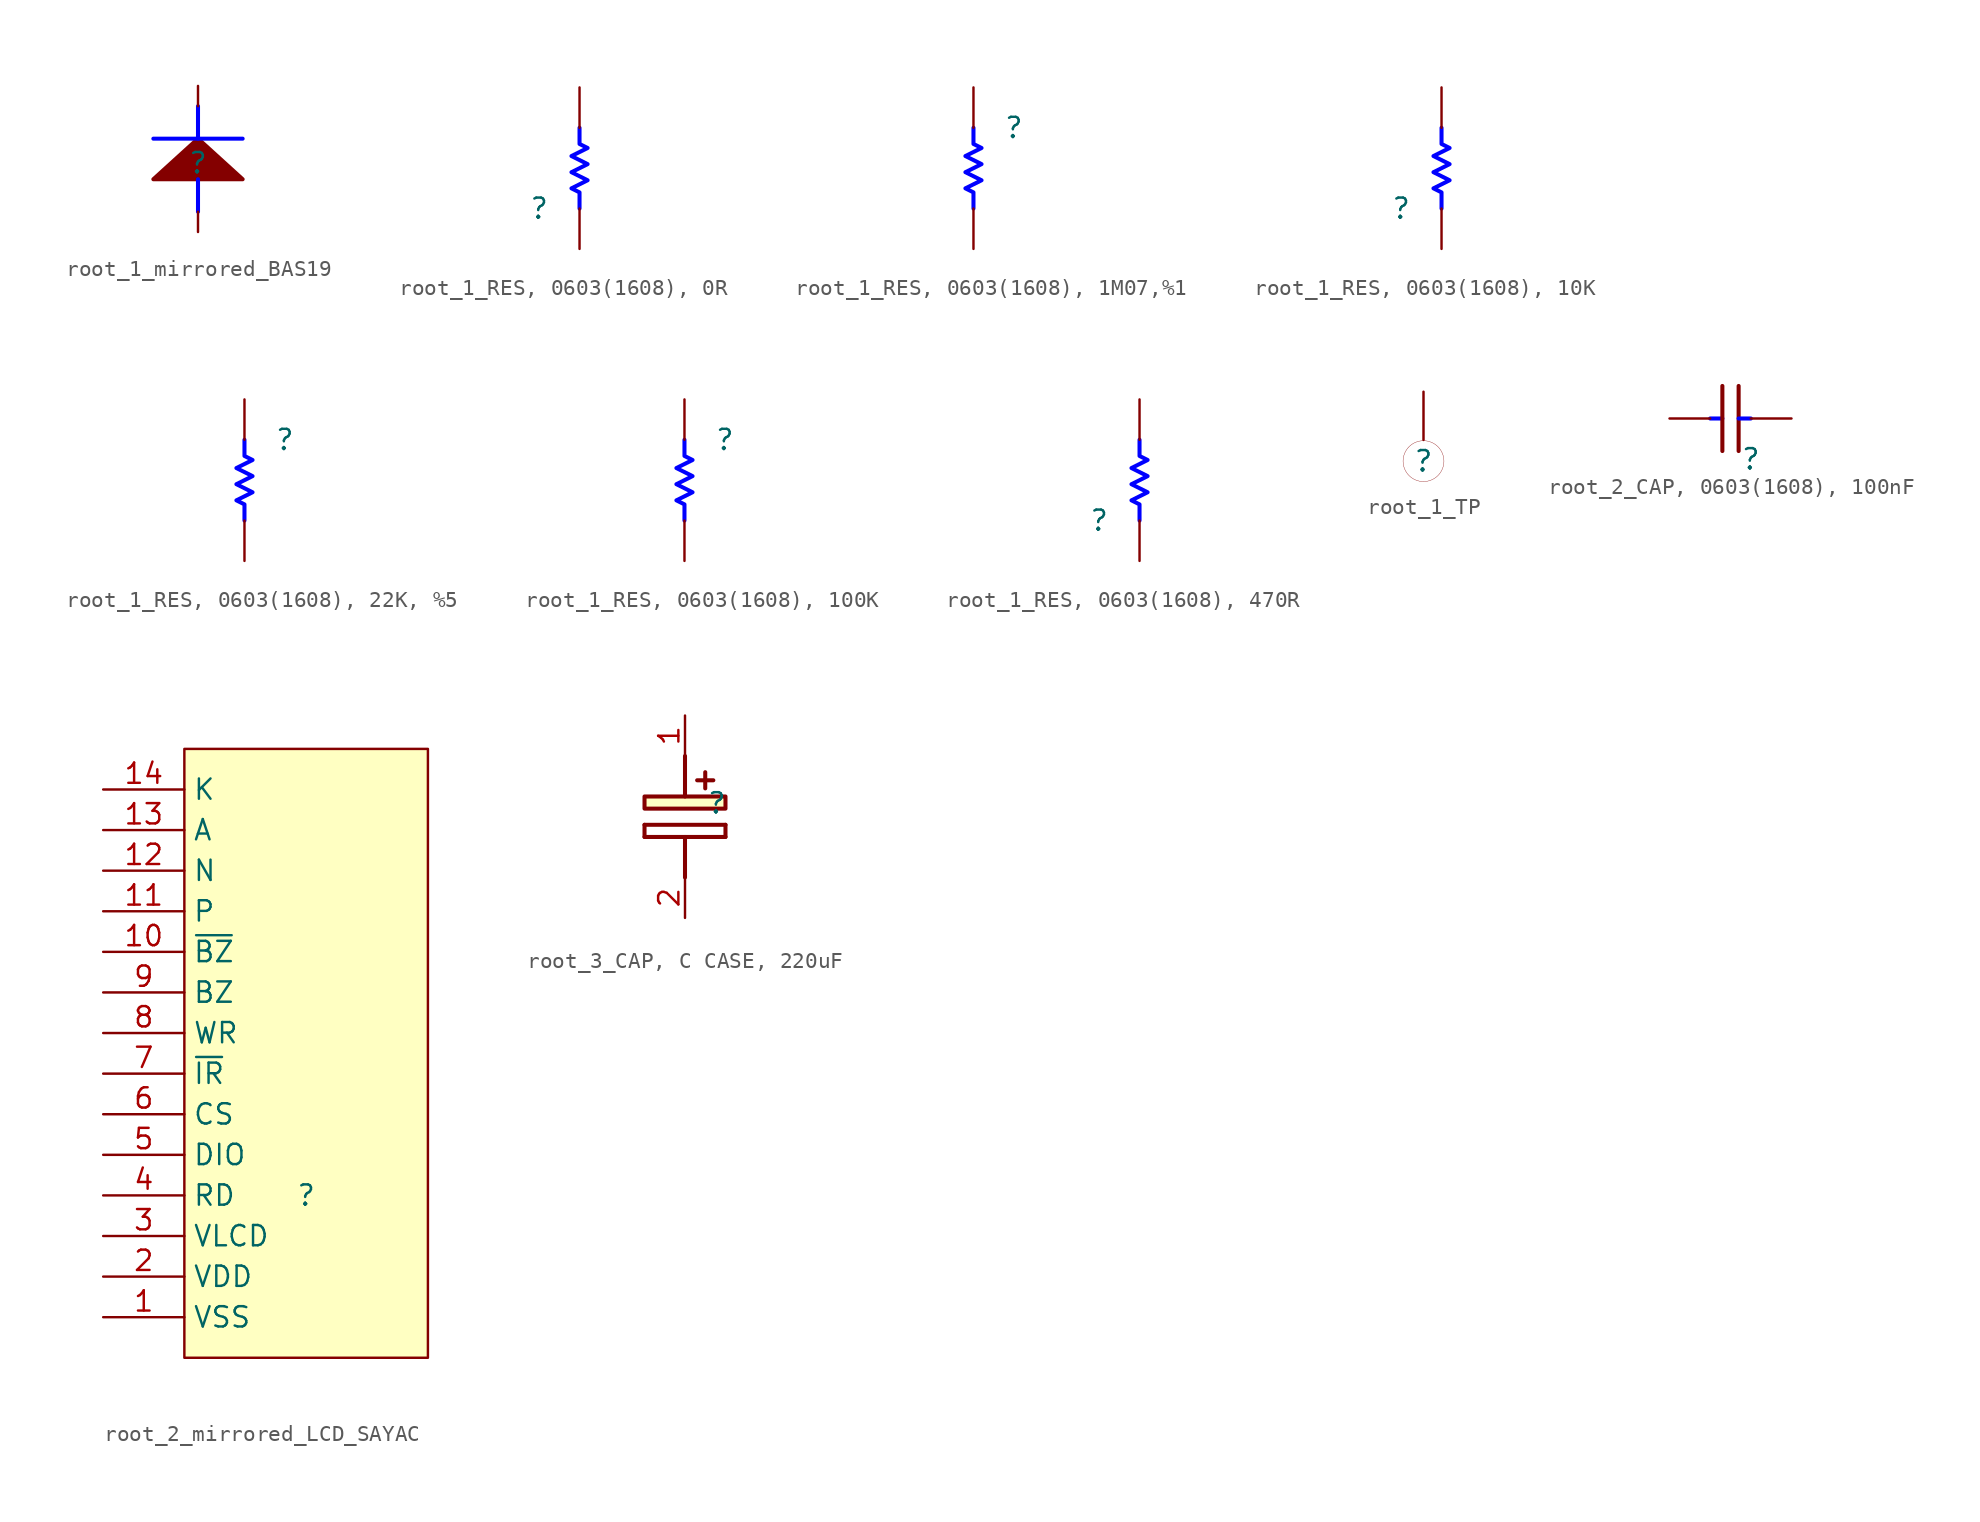
<source format=kicad_sym>
(kicad_symbol_lib
  (version 20220914)
  (generator kicad_symbol_editor)
  (symbol "root_1_mirrored_BAS19"
    (property "Reference" ""
      (at 0 0 0)
      (effects (font (size 1.27 1.27))))
    (property "Value" ""
      (at 0 0 0)
      (effects (font (size 1.27 1.27))))
    (symbol "root_1_mirrored_BAS19_1_0"
      (polyline (pts (xy 0 -1.016) (xy 0 -3.048)) (stroke (width 0.254) (type solid) (color 0 0 255 1)) (fill (type none)))
      (polyline (pts (xy 0 3.556) (xy 0 1.524)) (stroke (width 0.254) (type solid) (color 0 0 255 1)) (fill (type none)))
      (polyline (pts (xy 2.794 1.524) (xy -2.794 1.524)) (stroke (width 0.254) (type solid) (color 0 0 255 1)) (fill (type none)))
      (polyline (pts (xy -2.794 -1.016) (xy 0 1.524) (xy 2.794 -1.016) (xy -2.794 -1.016)) (stroke (width 0.254) (type solid)) (fill (type outline)))
      (pin passive line (at 0 4.826 270) (length 1.27) (name "1" (effects (font (size 0 0)))) (number "1" (effects (font (size 0 0)))))
      (pin passive line (at 0 -4.318 90) (length 1.27) (name "3" (effects (font (size 0 0)))) (number "3" (effects (font (size 0 0)))))))
  (symbol "root_1_RES, 0603(1608), 0R"
    (property "Reference" ""
      (at 0 0 0)
      (effects (font (size 1.27 1.27))))
    (property "Value" ""
      (at 0 0 0)
      (effects (font (size 1.27 1.27))))
    (symbol "root_1_RES, 0603(1608), 0R_1_0"
      (polyline (pts (xy 2.54 5.08) (xy 2.54 4.064) (xy 3.048 3.81) (xy 2.032 3.302) (xy 3.048 2.794) (xy 2.032 2.286) (xy 3.048 1.778) (xy 2.032 1.27) (xy 2.54 1.016) (xy 2.54 0)) (stroke (width 0.254) (type solid) (color 0 0 255 1)) (fill (type none)))
      (pin passive line (at 2.54 -2.54 90) (length 2.54) (name "1" (effects (font (size 0 0)))) (number "1" (effects (font (size 0 0)))))
      (pin passive line (at 2.54 7.62 270) (length 2.54) (name "2" (effects (font (size 0 0)))) (number "2" (effects (font (size 0 0)))))))
  (symbol "root_1_RES, 0603(1608), 1M07,%1"
    (property "Reference" ""
      (at 0 0 0)
      (effects (font (size 1.27 1.27))))
    (property "Value" ""
      (at 0 0 0)
      (effects (font (size 1.27 1.27))))
    (symbol "root_1_RES, 0603(1608), 1M07,%1_1_0"
      (polyline (pts (xy -2.54 -5.08) (xy -2.54 -4.064) (xy -3.048 -3.81) (xy -2.032 -3.302) (xy -3.048 -2.794) (xy -2.032 -2.286) (xy -3.048 -1.778) (xy -2.032 -1.27) (xy -2.54 -1.016) (xy -2.54 0)) (stroke (width 0.254) (type solid) (color 0 0 255 1)) (fill (type none)))
      (pin passive line (at -2.54 2.54 270) (length 2.54) (name "1" (effects (font (size 0 0)))) (number "1" (effects (font (size 0 0)))))
      (pin passive line (at -2.54 -7.62 90) (length 2.54) (name "2" (effects (font (size 0 0)))) (number "2" (effects (font (size 0 0)))))))
  (symbol "root_1_RES, 0603(1608), 10K"
    (property "Reference" ""
      (at 0 0 0)
      (effects (font (size 1.27 1.27))))
    (property "Value" ""
      (at 0 0 0)
      (effects (font (size 1.27 1.27))))
    (symbol "root_1_RES, 0603(1608), 10K_1_0"
      (polyline (pts (xy 2.54 5.08) (xy 2.54 4.064) (xy 3.048 3.81) (xy 2.032 3.302) (xy 3.048 2.794) (xy 2.032 2.286) (xy 3.048 1.778) (xy 2.032 1.27) (xy 2.54 1.016) (xy 2.54 0)) (stroke (width 0.254) (type solid) (color 0 0 255 1)) (fill (type none)))
      (pin passive line (at 2.54 -2.54 90) (length 2.54) (name "1" (effects (font (size 0 0)))) (number "1" (effects (font (size 0 0)))))
      (pin passive line (at 2.54 7.62 270) (length 2.54) (name "2" (effects (font (size 0 0)))) (number "2" (effects (font (size 0 0)))))))
  (symbol "root_1_RES, 0603(1608), 22K, %5"
    (property "Reference" ""
      (at 0 0 0)
      (effects (font (size 1.27 1.27))))
    (property "Value" ""
      (at 0 0 0)
      (effects (font (size 1.27 1.27))))
    (symbol "root_1_RES, 0603(1608), 22K, %5_1_0"
      (polyline (pts (xy -2.54 -5.08) (xy -2.54 -4.064) (xy -3.048 -3.81) (xy -2.032 -3.302) (xy -3.048 -2.794) (xy -2.032 -2.286) (xy -3.048 -1.778) (xy -2.032 -1.27) (xy -2.54 -1.016) (xy -2.54 0)) (stroke (width 0.254) (type solid) (color 0 0 255 1)) (fill (type none)))
      (pin passive line (at -2.54 2.54 270) (length 2.54) (name "1" (effects (font (size 0 0)))) (number "1" (effects (font (size 0 0)))))
      (pin passive line (at -2.54 -7.62 90) (length 2.54) (name "2" (effects (font (size 0 0)))) (number "2" (effects (font (size 0 0)))))))
  (symbol "root_1_RES, 0603(1608), 100K"
    (property "Reference" ""
      (at 0 0 0)
      (effects (font (size 1.27 1.27))))
    (property "Value" ""
      (at 0 0 0)
      (effects (font (size 1.27 1.27))))
    (symbol "root_1_RES, 0603(1608), 100K_1_0"
      (polyline (pts (xy -2.54 -5.08) (xy -2.54 -4.064) (xy -3.048 -3.81) (xy -2.032 -3.302) (xy -3.048 -2.794) (xy -2.032 -2.286) (xy -3.048 -1.778) (xy -2.032 -1.27) (xy -2.54 -1.016) (xy -2.54 0)) (stroke (width 0.254) (type solid) (color 0 0 255 1)) (fill (type none)))
      (pin passive line (at -2.54 2.54 270) (length 2.54) (name "1" (effects (font (size 0 0)))) (number "1" (effects (font (size 0 0)))))
      (pin passive line (at -2.54 -7.62 90) (length 2.54) (name "2" (effects (font (size 0 0)))) (number "2" (effects (font (size 0 0)))))))
  (symbol "root_1_RES, 0603(1608), 470R"
    (property "Reference" ""
      (at 0 0 0)
      (effects (font (size 1.27 1.27))))
    (property "Value" ""
      (at 0 0 0)
      (effects (font (size 1.27 1.27))))
    (symbol "root_1_RES, 0603(1608), 470R_1_0"
      (polyline (pts (xy 2.54 5.08) (xy 2.54 4.064) (xy 3.048 3.81) (xy 2.032 3.302) (xy 3.048 2.794) (xy 2.032 2.286) (xy 3.048 1.778) (xy 2.032 1.27) (xy 2.54 1.016) (xy 2.54 0)) (stroke (width 0.254) (type solid) (color 0 0 255 1)) (fill (type none)))
      (pin passive line (at 2.54 -2.54 90) (length 2.54) (name "1" (effects (font (size 0 0)))) (number "1" (effects (font (size 0 0)))))
      (pin passive line (at 2.54 7.62 270) (length 2.54) (name "2" (effects (font (size 0 0)))) (number "2" (effects (font (size 0 0)))))))
  (symbol "root_1_TP"
    (property "Reference" ""
      (at 0 0 0)
      (effects (font (size 1.27 1.27))))
    (property "Value" ""
      (at 0 0 0)
      (effects (font (size 1.27 1.27))))
    (symbol "root_1_TP_1_0"
      (circle (center 0 0) (radius 1.27) (stroke (width 0.0001) (type solid)) (fill (type none)))
      (pin power_in line (at 0 4.318 270) (length 3) (name "TP" (effects (font (size 0 0)))) (number "1" (effects (font (size 0 0)))))))
  (symbol "root_2_CAP, 0603(1608), 100nF"
    (property "Reference" ""
      (at 0 0 0)
      (effects (font (size 1.27 1.27))))
    (property "Value" ""
      (at 0 0 0)
      (effects (font (size 1.27 1.27))))
    (symbol "root_2_CAP, 0603(1608), 100nF_1_0"
      (polyline (pts (xy -2.54 2.54) (xy -1.778 2.54)) (stroke (width 0.254) (type solid) (color 0 0 255 1)) (fill (type none)))
      (polyline (pts (xy -1.778 0.508) (xy -1.778 4.572)) (stroke (width 0.254) (type solid)) (fill (type none)))
      (polyline (pts (xy -0.762 4.572) (xy -0.762 0.508)) (stroke (width 0.254) (type solid)) (fill (type none)))
      (polyline (pts (xy 0 2.54) (xy -0.762 2.54)) (stroke (width 0.254) (type solid) (color 0 0 255 1)) (fill (type none)))
      (pin passive line (at 2.54 2.54 180) (length 2.54) (name "1" (effects (font (size 0 0)))) (number "1" (effects (font (size 0 0)))))
      (pin passive line (at -5.08 2.54 0) (length 2.54) (name "2" (effects (font (size 0 0)))) (number "2" (effects (font (size 0 0)))))))
  (symbol "root_2_mirrored_LCD_SAYAC"
    (property "Reference" ""
      (at 12.7 -25.4 0)
      (effects (font (size 1.27 1.27))))
    (property "Value" ""
      (at 12.7 -25.4 0)
      (effects (font (size 1.27 1.27))))
    (symbol "root_2_mirrored_LCD_SAYAC_1_0"
      (rectangle (start 20.32 2.54) (end 5.08 -35.56) (stroke (width 0) (type solid)) (fill (type background)))
      (pin power_in line (at 0 -33.02 0) (length 5.08) (name "VSS" (effects (font (size 1.27 1.27)))) (number "1" (effects (font (size 1.27 1.27)))))
      (pin passive line (at 0 -10.16 0) (length 5.08) (name "~{BZ}" (effects (font (size 1.27 1.27)))) (number "10" (effects (font (size 1.27 1.27)))))
      (pin passive line (at 0 -7.62 0) (length 5.08) (name "P" (effects (font (size 1.27 1.27)))) (number "11" (effects (font (size 1.27 1.27)))))
      (pin passive line (at 0 -5.08 0) (length 5.08) (name "N" (effects (font (size 1.27 1.27)))) (number "12" (effects (font (size 1.27 1.27)))))
      (pin passive line (at 0 -2.54 0) (length 5.08) (name "A" (effects (font (size 1.27 1.27)))) (number "13" (effects (font (size 1.27 1.27)))))
      (pin passive line (at 0 0 0) (length 5.08) (name "K" (effects (font (size 1.27 1.27)))) (number "14" (effects (font (size 1.27 1.27)))))
      (pin passive line (at 0 -30.48 0) (length 5.08) (name "VDD" (effects (font (size 1.27 1.27)))) (number "2" (effects (font (size 1.27 1.27)))))
      (pin passive line (at 0 -27.94 0) (length 5.08) (name "VLCD" (effects (font (size 1.27 1.27)))) (number "3" (effects (font (size 1.27 1.27)))))
      (pin passive line (at 0 -25.4 0) (length 5.08) (name "RD" (effects (font (size 1.27 1.27)))) (number "4" (effects (font (size 1.27 1.27)))))
      (pin passive line (at 0 -22.86 0) (length 5.08) (name "DIO" (effects (font (size 1.27 1.27)))) (number "5" (effects (font (size 1.27 1.27)))))
      (pin passive line (at 0 -20.32 0) (length 5.08) (name "CS" (effects (font (size 1.27 1.27)))) (number "6" (effects (font (size 1.27 1.27)))))
      (pin passive line (at 0 -17.78 0) (length 5.08) (name "~{IR}" (effects (font (size 1.27 1.27)))) (number "7" (effects (font (size 1.27 1.27)))))
      (pin passive line (at 0 -15.24 0) (length 5.08) (name "WR" (effects (font (size 1.27 1.27)))) (number "8" (effects (font (size 1.27 1.27)))))
      (pin passive line (at 0 -12.7 0) (length 5.08) (name "BZ" (effects (font (size 1.27 1.27)))) (number "9" (effects (font (size 1.27 1.27)))))))
  (symbol "root_3_CAP, C CASE, 220uF"
    (property "Reference" ""
      (at 0 0 0)
      (effects (font (size 1.27 1.27))))
    (property "Value" ""
      (at 0 0 0)
      (effects (font (size 1.27 1.27))))
    (symbol "root_3_CAP, C CASE, 220uF_1_0"
      (polyline (pts (xy -4.54 -2.12) (xy -4.54 -1.358)) (stroke (width 0.254) (type solid)) (fill (type none)))
      (polyline (pts (xy -4.54 -1.358) (xy 0.54 -1.358)) (stroke (width 0.254) (type solid)) (fill (type none)))
      (polyline (pts (xy -2 -2.12) (xy -2 -4.66)) (stroke (width 0.254) (type solid)) (fill (type none)))
      (polyline (pts (xy -2 2.96) (xy -2 0.42)) (stroke (width 0.254) (type solid)) (fill (type none)))
      (polyline (pts (xy -0.73 0.928) (xy -0.73 1.944)) (stroke (width 0.254) (type solid)) (fill (type none)))
      (polyline (pts (xy -0.222 1.436) (xy -1.238 1.436)) (stroke (width 0.254) (type solid)) (fill (type none)))
      (polyline (pts (xy 0.54 -2.12) (xy -4.54 -2.12)) (stroke (width 0.254) (type solid)) (fill (type none)))
      (polyline (pts (xy 0.54 -1.358) (xy 0.54 -2.12)) (stroke (width 0.254) (type solid)) (fill (type none)))
      (rectangle (start 0.54 0.42) (end -4.54 -0.342) (stroke (width 0.254) (type solid)) (fill (type background)))
      (pin passive line (at -2 5.5 270) (length 2.54) (name "+" (effects (font (size 0 0)))) (number "1" (effects (font (size 1.27 1.27)))))
      (pin passive line (at -2 -7.2 90) (length 2.54) (name "-" (effects (font (size 0 0)))) (number "2" (effects (font (size 1.27 1.27))))))))
</source>
